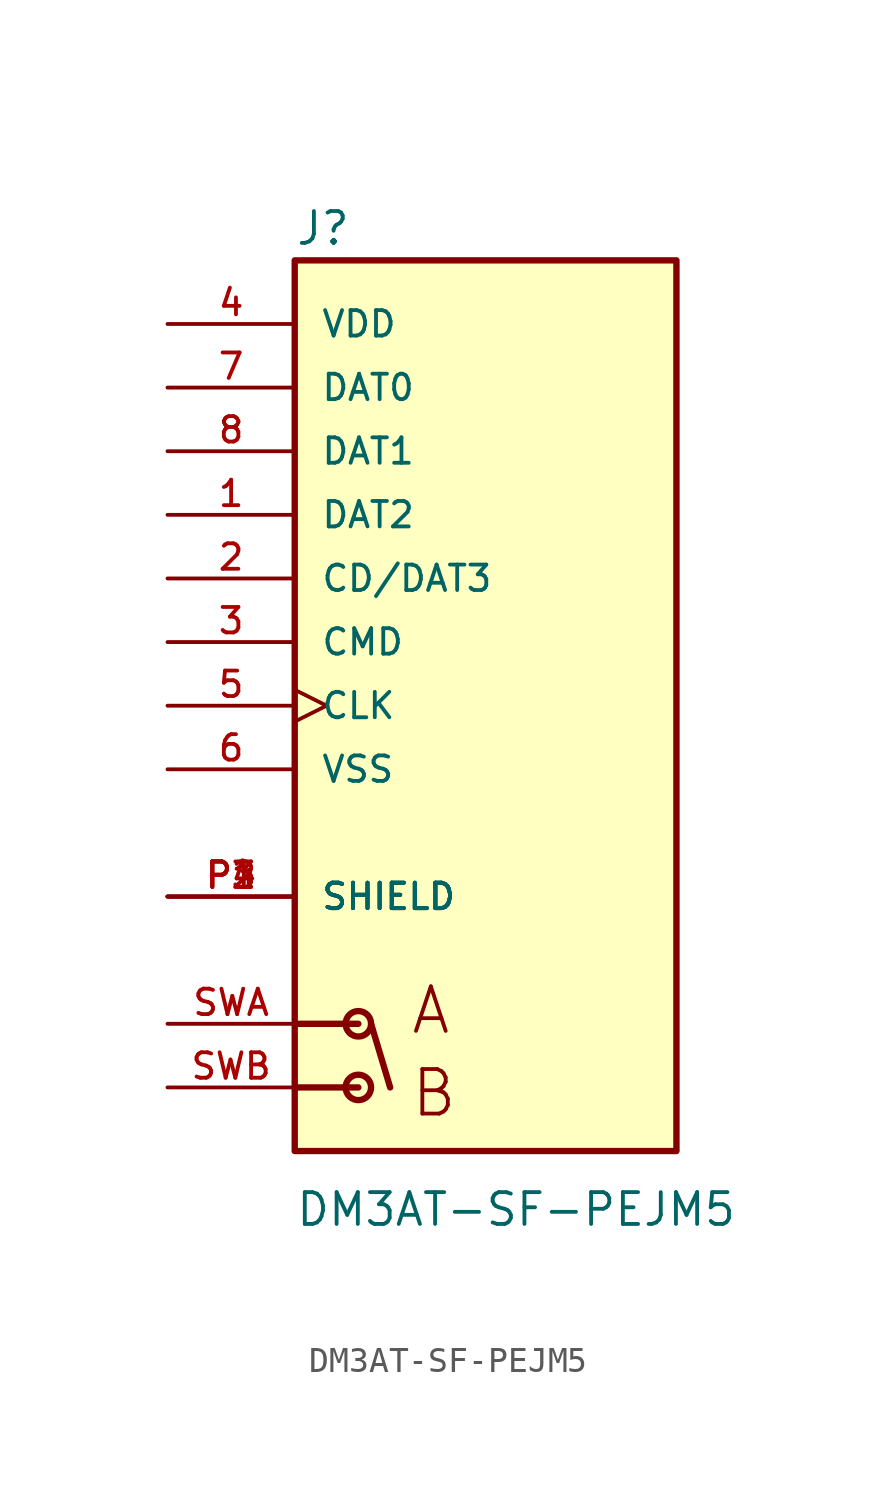
<source format=kicad_sym>
(kicad_symbol_lib
  (version 20211014)
  (generator kicad_symbol_editor)
  (symbol "DM3AT-SF-PEJM5"
    (pin_names
      (offset 1.016))
    (property "Reference" "J"
      (at -7.62 18.315 0)
      (effects (font (size 1.27 1.27)) (justify bottom left)))
    (property "Value" "DM3AT-SF-PEJM5"
      (at -7.62 -20.854 0)
      (effects (font (size 1.27 1.27)) (justify bottom left)))
    (symbol "DM3AT-SF-PEJM5_0_0"
      (polyline (pts (xy -7.62 -12.7) (xy -5.08 -12.7)) (stroke (width 0.254)))
      (polyline (pts (xy -7.62 -15.24) (xy -5.08 -15.24)) (stroke (width 0.254)))
      (circle (center -5.08 -12.7) (radius 0.508) (stroke (width 0.254)) (fill (type none)))
      (circle (center -5.08 -15.24) (radius 0.508) (stroke (width 0.254)) (fill (type none)))
      (polyline (pts (xy -4.572 -12.7) (xy -3.81 -15.24)) (stroke (width 0.254)))
      (text "A" (at -3.048 -13.208 0) (effects (font (size 1.778 1.778)) (justify bottom left)))
      (text "B" (at -3.048 -16.51 0) (effects (font (size 1.778 1.778)) (justify bottom left)))
      (rectangle (start -7.62 -17.78) (end 7.62 17.78) (stroke (width 0.254)) (fill (type background)))
      (pin bidirectional line (at -12.7 12.7 0) (length 5.08) (name "DAT0" (effects (font (size 1.016 1.016)))) (number "7" (effects (font (size 1.016 1.016)))))
      (pin bidirectional line (at -12.7 10.16 0) (length 5.08) (name "DAT1" (effects (font (size 1.016 1.016)))) (number "8" (effects (font (size 1.016 1.016)))))
      (pin bidirectional line (at -12.7 7.62 0) (length 5.08) (name "DAT2" (effects (font (size 1.016 1.016)))) (number "1" (effects (font (size 1.016 1.016)))))
      (pin bidirectional line (at -12.7 5.08 0) (length 5.08) (name "CD/DAT3" (effects (font (size 1.016 1.016)))) (number "2" (effects (font (size 1.016 1.016)))))
      (pin bidirectional line (at -12.7 2.54 0) (length 5.08) (name "CMD" (effects (font (size 1.016 1.016)))) (number "3" (effects (font (size 1.016 1.016)))))
      (pin bidirectional clock (at -12.7 0.0 0) (length 5.08) (name "CLK" (effects (font (size 1.016 1.016)))) (number "5" (effects (font (size 1.016 1.016)))))
      (pin power_in line (at -12.7 15.24 0) (length 5.08) (name "VDD" (effects (font (size 1.016 1.016)))) (number "4" (effects (font (size 1.016 1.016)))))
      (pin power_in line (at -12.7 -2.54 0) (length 5.08) (name "VSS" (effects (font (size 1.016 1.016)))) (number "6" (effects (font (size 1.016 1.016)))))
      (pin bidirectional line (at -12.7 -12.7 0) (length 5.08) (name "~" (effects (font (size 1.016 1.016)))) (number "SWA" (effects (font (size 1.016 1.016)))))
      (pin bidirectional line (at -12.7 -15.24 0) (length 5.08) (name "~" (effects (font (size 1.016 1.016)))) (number "SWB" (effects (font (size 1.016 1.016)))))
      (pin passive line (at -12.7 -7.62 0) (length 5.08) (name "SHIELD" (effects (font (size 1.016 1.016)))) (number "P1" (effects (font (size 1.016 1.016)))))
      (pin passive line (at -12.7 -7.62 0) (length 5.08) (name "SHIELD" (effects (font (size 1.016 1.016)))) (number "P2" (effects (font (size 1.016 1.016)))))
      (pin passive line (at -12.7 -7.62 0) (length 5.08) (name "SHIELD" (effects (font (size 1.016 1.016)))) (number "P3" (effects (font (size 1.016 1.016)))))
      (pin passive line (at -12.7 -7.62 0) (length 5.08) (name "SHIELD" (effects (font (size 1.016 1.016)))) (number "P4" (effects (font (size 1.016 1.016))))))))
</source>
